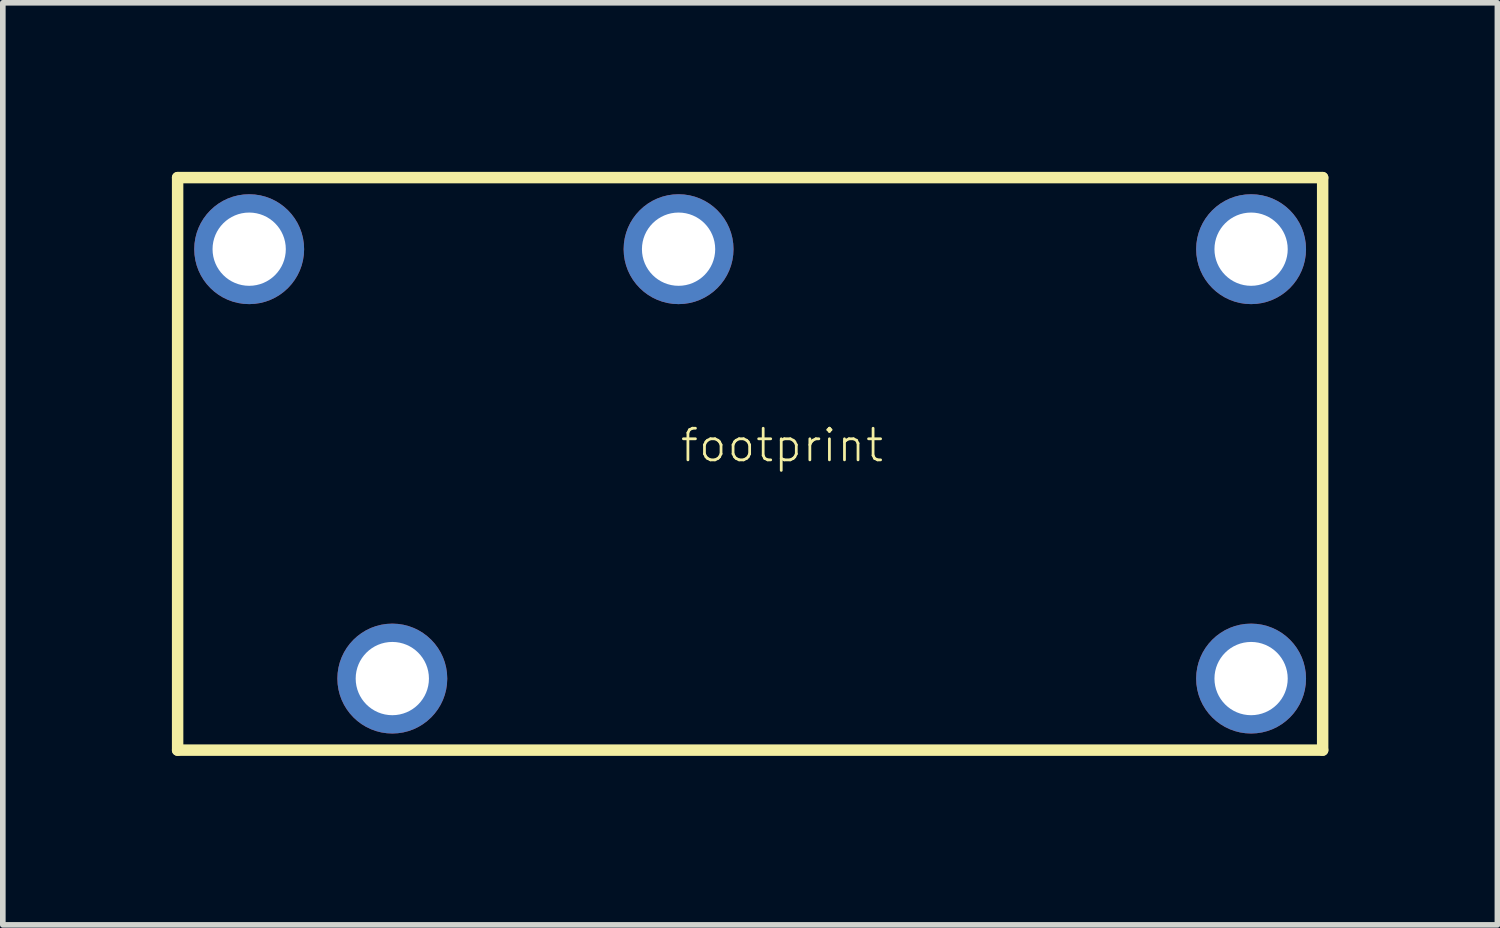
<source format=kicad_pcb>
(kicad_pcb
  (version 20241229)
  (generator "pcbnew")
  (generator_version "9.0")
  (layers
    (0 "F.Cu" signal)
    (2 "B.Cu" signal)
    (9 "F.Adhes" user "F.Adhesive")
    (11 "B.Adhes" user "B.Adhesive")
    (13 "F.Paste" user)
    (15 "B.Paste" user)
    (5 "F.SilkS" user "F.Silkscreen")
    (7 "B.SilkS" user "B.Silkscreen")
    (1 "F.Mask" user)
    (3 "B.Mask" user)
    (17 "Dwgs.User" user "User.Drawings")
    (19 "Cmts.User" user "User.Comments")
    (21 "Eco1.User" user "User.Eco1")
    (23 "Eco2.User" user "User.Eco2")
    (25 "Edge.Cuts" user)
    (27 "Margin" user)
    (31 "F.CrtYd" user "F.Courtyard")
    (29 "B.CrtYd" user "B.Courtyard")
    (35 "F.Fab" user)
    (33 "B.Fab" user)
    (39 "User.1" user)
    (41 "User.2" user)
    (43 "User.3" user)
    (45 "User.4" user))
  (footprint "footprint"
    (layer "F.Cu")
    (at 10.262 5.182)
    (property "Reference" "footprint" (at -1.27 0 0) (layer "F.SilkS") (effects (font (size 0.561 0.561) (thickness 0.049)) (justify left bottom)))
    (fp_line (start -10.16 -5.08) (end 10.16 -5.08) (stroke (width 0.203) (type solid)) (layer "F.SilkS"))
    (fp_line (start -10.16 5.08) (end -10.16 -5.08) (stroke (width 0.203) (type solid)) (layer "F.SilkS"))
    (fp_line (start 10.16 -5.08) (end 10.16 5.08) (stroke (width 0.203) (type solid)) (layer "F.SilkS"))
    (fp_line (start 10.16 5.08) (end -10.16 5.08) (stroke (width 0.203) (type solid)) (layer "F.SilkS"))
    (pad "1" thru_hole circle (at 8.89 -3.81) (size 1.95 1.95) (drill 1.3) (layers "*.Cu" "*.Mask"))
    (pad "2" thru_hole circle (at -1.27 -3.81) (size 1.95 1.95) (drill 1.3) (layers "*.Cu" "*.Mask"))
    (pad "3" thru_hole circle (at -8.89 -3.81) (size 1.95 1.95) (drill 1.3) (layers "*.Cu" "*.Mask"))
    (pad "4" thru_hole circle (at -6.35 3.81) (size 1.95 1.95) (drill 1.3) (layers "*.Cu" "*.Mask"))
    (pad "5" thru_hole circle (at 8.89 3.81) (size 1.95 1.95) (drill 1.3) (layers "*.Cu" "*.Mask")))
  (gr_rect
    (start -3 -3)
    (end 23.523 13.363)
    (stroke (width 0.1) (type default))
    (fill no)
    (layer "Edge.Cuts")))
</source>
